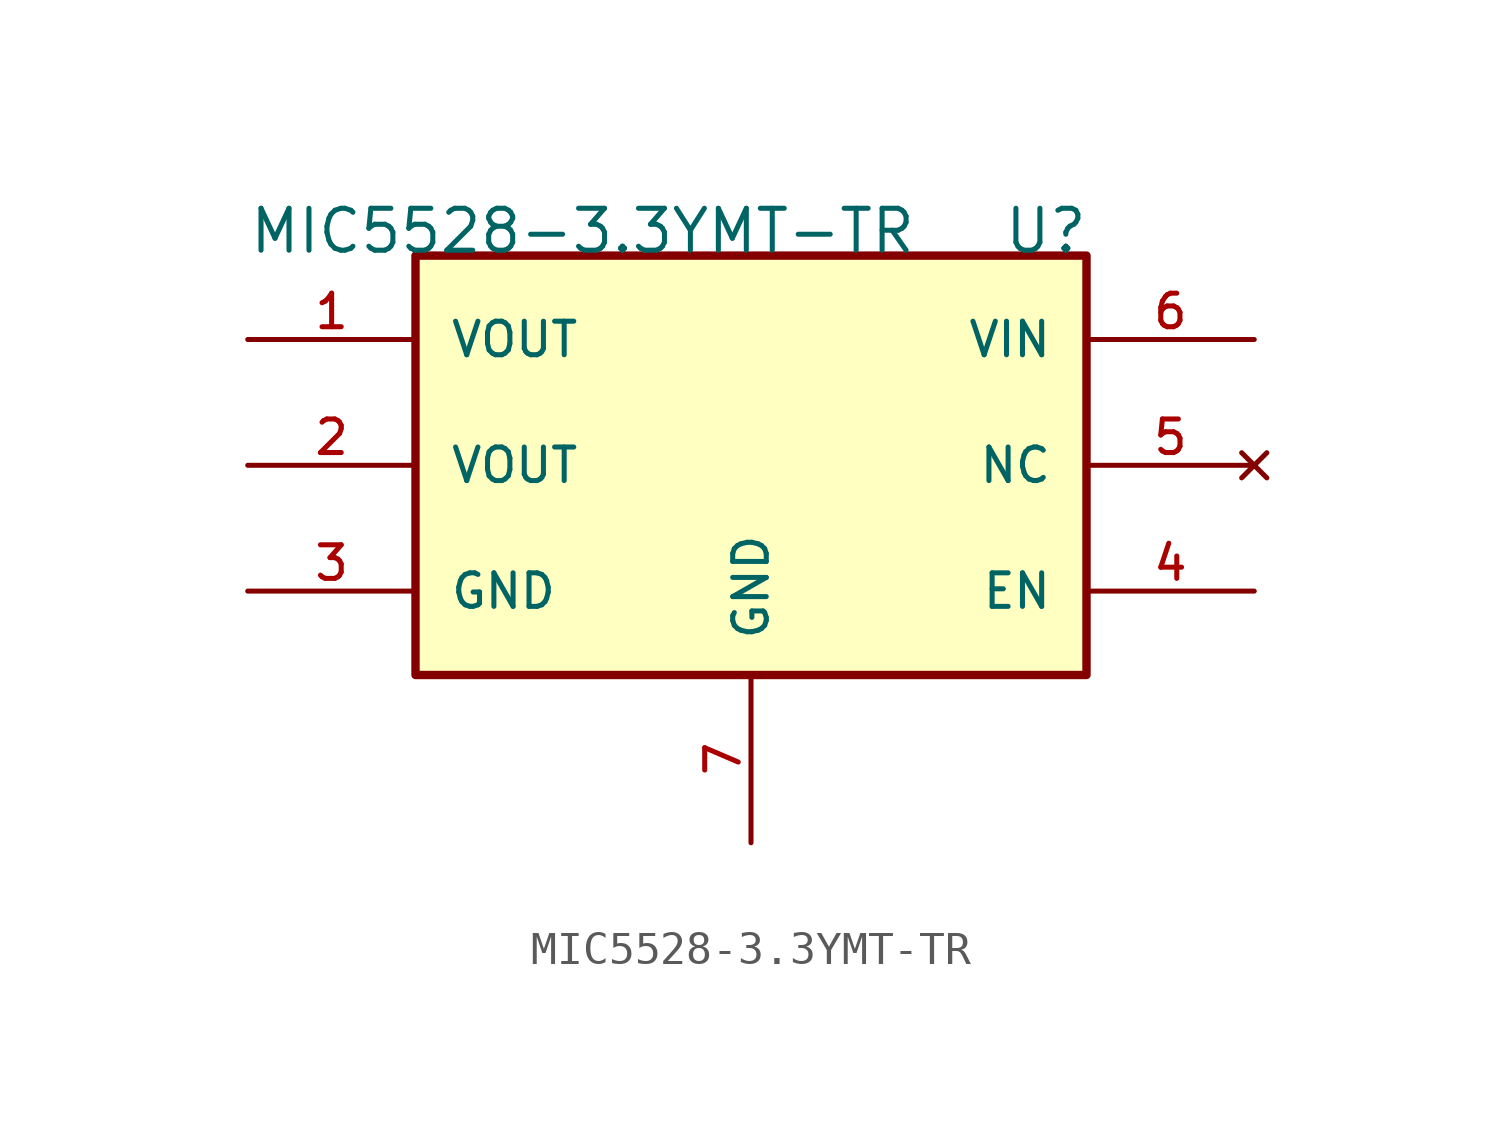
<source format=kicad_sym>
(kicad_symbol_lib
  (version 20220914)
  (generator kicad_symbol_editor)
  (symbol "MIC5528-3.3YMT-TR"
    (pin_names
      (offset 1.016))
    (property "Reference" "U"
      (at 7.62 5.08 0)
      (effects (font (size 1.27 1.27)) (justify left bottom)))
    (property "Value" "MIC5528-3.3YMT-TR"
      (at -15.24 5.08 0)
      (effects (font (size 1.27 1.27)) (justify left bottom)))
    (symbol "MIC5528-3.3YMT-TR_0_0"
      (rectangle (start -10.16 5.08) (end 10.16 -7.62) (stroke (width 0.254) (type default)) (fill (type background)))
      (pin power_out line (at -15.24 2.54 0) (length 5.08) (name "VOUT" (effects (font (size 1.016 1.016)))) (number "1" (effects (font (size 1.016 1.016)))))
      (pin power_out line (at -15.24 -1.27 0) (length 5.08) (name "VOUT" (effects (font (size 1.016 1.016)))) (number "2" (effects (font (size 1.016 1.016)))))
      (pin power_in line (at -15.24 -5.08 0) (length 5.08) (name "GND" (effects (font (size 1.016 1.016)))) (number "3" (effects (font (size 1.016 1.016)))))
      (pin input line (at 15.24 -5.08 180) (length 5.08) (name "EN" (effects (font (size 1.016 1.016)))) (number "4" (effects (font (size 1.016 1.016)))))
      (pin no_connect line (at 15.24 -1.27 180) (length 5.08) (name "NC" (effects (font (size 1.016 1.016)))) (number "5" (effects (font (size 1.016 1.016)))))
      (pin power_in line (at 15.24 2.54 180) (length 5.08) (name "VIN" (effects (font (size 1.016 1.016)))) (number "6" (effects (font (size 1.016 1.016)))))
      (pin power_in line (at 0 -12.7 90) (length 5.08) (name "GND" (effects (font (size 1.016 1.016)))) (number "7" (effects (font (size 1.016 1.016))))))))
</source>
